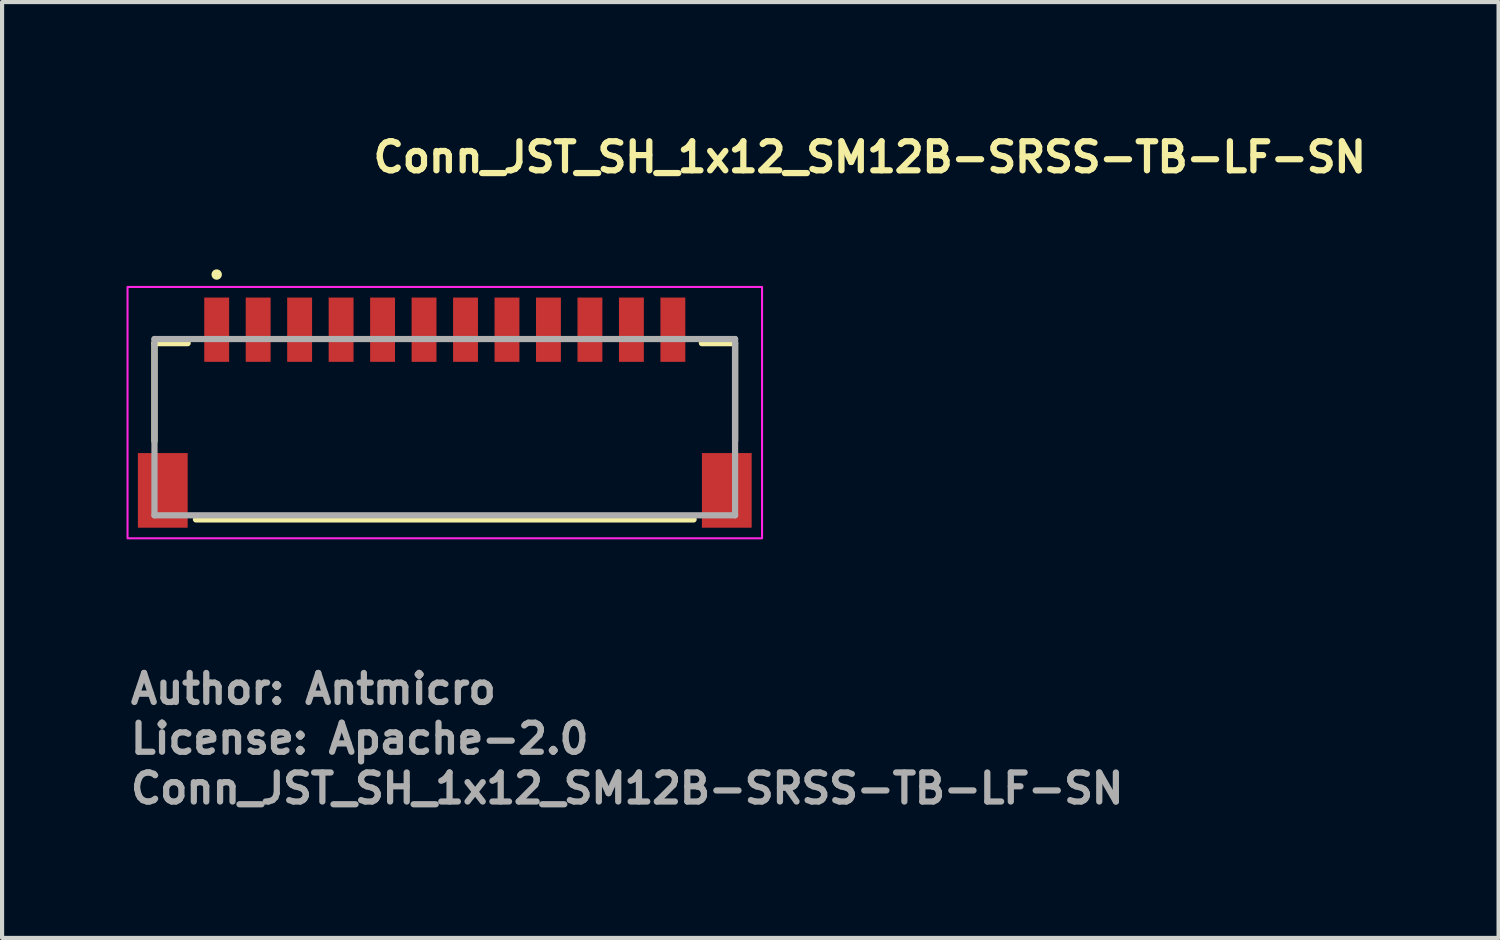
<source format=kicad_pcb>
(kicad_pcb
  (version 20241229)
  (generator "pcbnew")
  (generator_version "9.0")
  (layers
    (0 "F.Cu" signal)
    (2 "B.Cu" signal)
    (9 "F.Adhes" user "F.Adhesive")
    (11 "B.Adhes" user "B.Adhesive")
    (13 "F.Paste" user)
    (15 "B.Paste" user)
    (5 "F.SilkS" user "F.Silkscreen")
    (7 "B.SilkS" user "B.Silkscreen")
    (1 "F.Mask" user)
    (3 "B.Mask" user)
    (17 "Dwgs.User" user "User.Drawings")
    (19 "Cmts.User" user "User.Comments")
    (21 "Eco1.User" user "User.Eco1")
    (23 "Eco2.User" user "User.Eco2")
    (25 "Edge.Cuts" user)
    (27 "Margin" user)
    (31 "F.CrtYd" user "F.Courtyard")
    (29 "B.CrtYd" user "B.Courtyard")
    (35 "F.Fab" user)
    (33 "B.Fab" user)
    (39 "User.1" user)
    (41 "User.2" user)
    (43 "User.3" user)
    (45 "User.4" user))
  (footprint "Conn_JST_SH_1x12_SM12B-SRSS-TB-LF-SN"
    (layer "F.Cu")
    (at 7.675 6.87)
    (property "Reference" "Conn_JST_SH_1x12_SM12B-SRSS-TB-LF-SN" (at -1.8 -5.72 0) (layer "F.SilkS") (effects (font (size 0.7 0.7) (thickness 0.15)) (justify left bottom)))
    (attr smd)
    (fp_line (start -7 -1.645) (end -7 0.717) (stroke (width 0.15) (type solid)) (layer "F.SilkS"))
    (fp_line (start -6.2 -1.645) (end -7 -1.645) (stroke (width 0.15) (type solid)) (layer "F.SilkS"))
    (fp_line (start -6 2.605) (end 6 2.605) (stroke (width 0.15) (type solid)) (layer "F.SilkS"))
    (fp_line (start 6.2 -1.645) (end 7 -1.645) (stroke (width 0.15) (type solid)) (layer "F.SilkS"))
    (fp_line (start 7 -1.645) (end 7 0.717) (stroke (width 0.15) (type solid)) (layer "F.SilkS"))
    (fp_circle (center -5.5 -3.3) (end -5.45 -3.3) (stroke (width 0.15) (type solid)) (fill yes) (layer "F.SilkS"))
    (fp_rect (start -7.65 -3) (end 7.65 3.06) (stroke (width 0.05) (type solid)) (fill no) (layer "F.CrtYd"))
    (fp_line (start -7 -1.745) (end 7 -1.745) (stroke (width 0.15) (type solid)) (layer "F.Fab"))
    (fp_line (start -7 2.505) (end -7 -1.745) (stroke (width 0.15) (type solid)) (layer "F.Fab"))
    (fp_line (start 7 -1.745) (end 7 2.505) (stroke (width 0.15) (type solid)) (layer "F.Fab"))
    (fp_line (start 7 2.505) (end -7 2.505) (stroke (width 0.15) (type solid)) (layer "F.Fab"))
    (fp_rect (start -7 -2.475) (end 7 2.475) (stroke (width 0.1) (type solid)) (fill no) (layer "User.5"))
    (fp_line (start -7 -1.225) (end -7 -1.775) (stroke (width 0.02) (type solid)) (layer "User.9"))
    (fp_line (start -7 -0.575) (end -7 -1.225) (stroke (width 0.02) (type solid)) (layer "User.9"))
    (fp_line (start -7 -0.286) (end -7 -0.575) (stroke (width 0.02) (type solid)) (layer "User.9"))
    (fp_line (start -7 -0.286) (end -7 2.475) (stroke (width 0.02) (type solid)) (layer "User.9"))
    (fp_line (start -7 2.475) (end 7 2.475) (stroke (width 0.02) (type solid)) (layer "User.9"))
    (fp_line (start -6.5 -1.775) (end -7 -1.775) (stroke (width 0.02) (type solid)) (layer "User.9"))
    (fp_line (start -6.5 -1.775) (end -6.5 -0.286) (stroke (width 0.02) (type solid)) (layer "User.9"))
    (fp_line (start -6.5 -1.225) (end -7 -1.225) (stroke (width 0.02) (type solid)) (layer "User.9"))
    (fp_line (start -6.5 -0.575) (end -7 -0.575) (stroke (width 0.02) (type solid)) (layer "User.9"))
    (fp_line (start -6.5 -0.286) (end -7 -0.286) (stroke (width 0.02) (type solid)) (layer "User.9"))
    (fp_line (start -5.6 -2.475) (end -5.4 -2.475) (stroke (width 0.02) (type solid)) (layer "User.9"))
    (fp_line (start -5.6 -1.775) (end -5.6 -2.475) (stroke (width 0.02) (type solid)) (layer "User.9"))
    (fp_line (start -5.4 -1.775) (end -5.4 -2.475) (stroke (width 0.02) (type solid)) (layer "User.9"))
    (fp_line (start -4.6 -2.475) (end -4.4 -2.475) (stroke (width 0.02) (type solid)) (layer "User.9"))
    (fp_line (start -4.6 -1.775) (end -4.6 -2.475) (stroke (width 0.02) (type solid)) (layer "User.9"))
    (fp_line (start -4.4 -1.775) (end -4.4 -2.475) (stroke (width 0.02) (type solid)) (layer "User.9"))
    (fp_line (start -3.6 -2.475) (end -3.4 -2.475) (stroke (width 0.02) (type solid)) (layer "User.9"))
    (fp_line (start -3.6 -1.775) (end -3.6 -2.475) (stroke (width 0.02) (type solid)) (layer "User.9"))
    (fp_line (start -3.4 -1.775) (end -3.4 -2.475) (stroke (width 0.02) (type solid)) (layer "User.9"))
    (fp_line (start -2.6 -2.475) (end -2.4 -2.475) (stroke (width 0.02) (type solid)) (layer "User.9"))
    (fp_line (start -2.6 -1.775) (end -2.6 -2.475) (stroke (width 0.02) (type solid)) (layer "User.9"))
    (fp_line (start -2.4 -1.775) (end -2.4 -2.475) (stroke (width 0.02) (type solid)) (layer "User.9"))
    (fp_line (start -1.6 -2.475) (end -1.4 -2.475) (stroke (width 0.02) (type solid)) (layer "User.9"))
    (fp_line (start -1.6 -1.775) (end -1.6 -2.475) (stroke (width 0.02) (type solid)) (layer "User.9"))
    (fp_line (start -1.4 -1.775) (end -1.4 -2.475) (stroke (width 0.02) (type solid)) (layer "User.9"))
    (fp_line (start -0.6 -2.475) (end -0.4 -2.475) (stroke (width 0.02) (type solid)) (layer "User.9"))
    (fp_line (start -0.6 -1.775) (end -0.6 -2.475) (stroke (width 0.02) (type solid)) (layer "User.9"))
    (fp_line (start -0.4 -1.775) (end -0.4 -2.475) (stroke (width 0.02) (type solid)) (layer "User.9"))
    (fp_line (start 0.4 -2.475) (end 0.6 -2.475) (stroke (width 0.02) (type solid)) (layer "User.9"))
    (fp_line (start 0.4 -1.775) (end 0.4 -2.475) (stroke (width 0.02) (type solid)) (layer "User.9"))
    (fp_line (start 0.6 -1.775) (end 0.6 -2.475) (stroke (width 0.02) (type solid)) (layer "User.9"))
    (fp_line (start 1.4 -2.475) (end 1.6 -2.475) (stroke (width 0.02) (type solid)) (layer "User.9"))
    (fp_line (start 1.4 -1.775) (end 1.4 -2.475) (stroke (width 0.02) (type solid)) (layer "User.9"))
    (fp_line (start 1.6 -1.775) (end 1.6 -2.475) (stroke (width 0.02) (type solid)) (layer "User.9"))
    (fp_line (start 2.4 -2.475) (end 2.6 -2.475) (stroke (width 0.02) (type solid)) (layer "User.9"))
    (fp_line (start 2.4 -1.775) (end 2.4 -2.475) (stroke (width 0.02) (type solid)) (layer "User.9"))
    (fp_line (start 2.6 -1.775) (end 2.6 -2.475) (stroke (width 0.02) (type solid)) (layer "User.9"))
    (fp_line (start 3.4 -2.475) (end 3.6 -2.475) (stroke (width 0.02) (type solid)) (layer "User.9"))
    (fp_line (start 3.4 -1.775) (end 3.4 -2.475) (stroke (width 0.02) (type solid)) (layer "User.9"))
    (fp_line (start 3.6 -1.775) (end 3.6 -2.475) (stroke (width 0.02) (type solid)) (layer "User.9"))
    (fp_line (start 4.4 -2.475) (end 4.6 -2.475) (stroke (width 0.02) (type solid)) (layer "User.9"))
    (fp_line (start 4.4 -1.775) (end 4.4 -2.475) (stroke (width 0.02) (type solid)) (layer "User.9"))
    (fp_line (start 4.6 -1.775) (end 4.6 -2.475) (stroke (width 0.02) (type solid)) (layer "User.9"))
    (fp_line (start 5.4 -2.475) (end 5.6 -2.475) (stroke (width 0.02) (type solid)) (layer "User.9"))
    (fp_line (start 5.4 -1.775) (end 5.4 -2.475) (stroke (width 0.02) (type solid)) (layer "User.9"))
    (fp_line (start 5.6 -1.775) (end 5.6 -2.475) (stroke (width 0.02) (type solid)) (layer "User.9"))
    (fp_line (start 6.5 -1.775) (end -6.5 -1.775) (stroke (width 0.02) (type solid)) (layer "User.9"))
    (fp_line (start 6.5 -1.775) (end 6.5 -0.286) (stroke (width 0.02) (type solid)) (layer "User.9"))
    (fp_line (start 6.5 -1.775) (end 7 -1.775) (stroke (width 0.02) (type solid)) (layer "User.9"))
    (fp_line (start 6.5 -1.225) (end 7 -1.225) (stroke (width 0.02) (type solid)) (layer "User.9"))
    (fp_line (start 6.5 -0.575) (end 7 -0.575) (stroke (width 0.02) (type solid)) (layer "User.9"))
    (fp_line (start 6.5 -0.286) (end 7 -0.286) (stroke (width 0.02) (type solid)) (layer "User.9"))
    (fp_line (start 7 -1.225) (end 7 -1.775) (stroke (width 0.02) (type solid)) (layer "User.9"))
    (fp_line (start 7 -0.575) (end 7 -1.225) (stroke (width 0.02) (type solid)) (layer "User.9"))
    (fp_line (start 7 -0.286) (end 7 -0.575) (stroke (width 0.02) (type solid)) (layer "User.9"))
    (fp_line (start 7 2.475) (end 7 -0.286) (stroke (width 0.02) (type solid)) (layer "User.9"))
    (fp_text user "License: Apache-2.0" (at -7.65 8.3 0) (layer "F.Fab") (effects (font (size 0.7 0.7) (thickness 0.15)) (justify left bottom)))
    (fp_text user "Author: Antmicro" (at -7.65 7.1 0) (layer "F.Fab") (effects (font (size 0.7 0.7) (thickness 0.15)) (justify left bottom)))
    (fp_text user "${REFERENCE}" (at -7.65 9.5 0) (layer "F.Fab") (effects (font (size 0.7 0.7) (thickness 0.15)) (justify left bottom)))
    (pad "1" smd rect (at -5.5 -1.97) (size 0.6 1.55) (layers "F.Cu" "F.Mask" "F.Paste"))
    (pad "2" smd rect (at -4.5 -1.97) (size 0.6 1.55) (layers "F.Cu" "F.Mask" "F.Paste"))
    (pad "3" smd rect (at -3.5 -1.97) (size 0.6 1.55) (layers "F.Cu" "F.Mask" "F.Paste"))
    (pad "4" smd rect (at -2.5 -1.97) (size 0.6 1.55) (layers "F.Cu" "F.Mask" "F.Paste"))
    (pad "5" smd rect (at -1.5 -1.97) (size 0.6 1.55) (layers "F.Cu" "F.Mask" "F.Paste"))
    (pad "6" smd rect (at -0.5 -1.97) (size 0.6 1.55) (layers "F.Cu" "F.Mask" "F.Paste"))
    (pad "7" smd rect (at 0.5 -1.97) (size 0.6 1.55) (layers "F.Cu" "F.Mask" "F.Paste"))
    (pad "8" smd rect (at 1.5 -1.97) (size 0.6 1.55) (layers "F.Cu" "F.Mask" "F.Paste"))
    (pad "9" smd rect (at 2.5 -1.97) (size 0.6 1.55) (layers "F.Cu" "F.Mask" "F.Paste"))
    (pad "10" smd rect (at 3.5 -1.97) (size 0.6 1.55) (layers "F.Cu" "F.Mask" "F.Paste"))
    (pad "11" smd rect (at 4.5 -1.97) (size 0.6 1.55) (layers "F.Cu" "F.Mask" "F.Paste"))
    (pad "12" smd rect (at 5.5 -1.97) (size 0.6 1.55) (layers "F.Cu" "F.Mask" "F.Paste"))
    (pad "MP1" smd rect (at -6.8 1.905) (size 1.2 1.8) (layers "F.Cu" "F.Mask" "F.Paste"))
    (pad "MP2" smd rect (at 6.8 1.905) (size 1.2 1.8) (layers "F.Cu" "F.Mask" "F.Paste")))
  (gr_rect
    (start -3 -3)
    (end 33.085 19.566)
    (stroke (width 0.1) (type default))
    (fill no)
    (layer "Edge.Cuts")))
</source>
